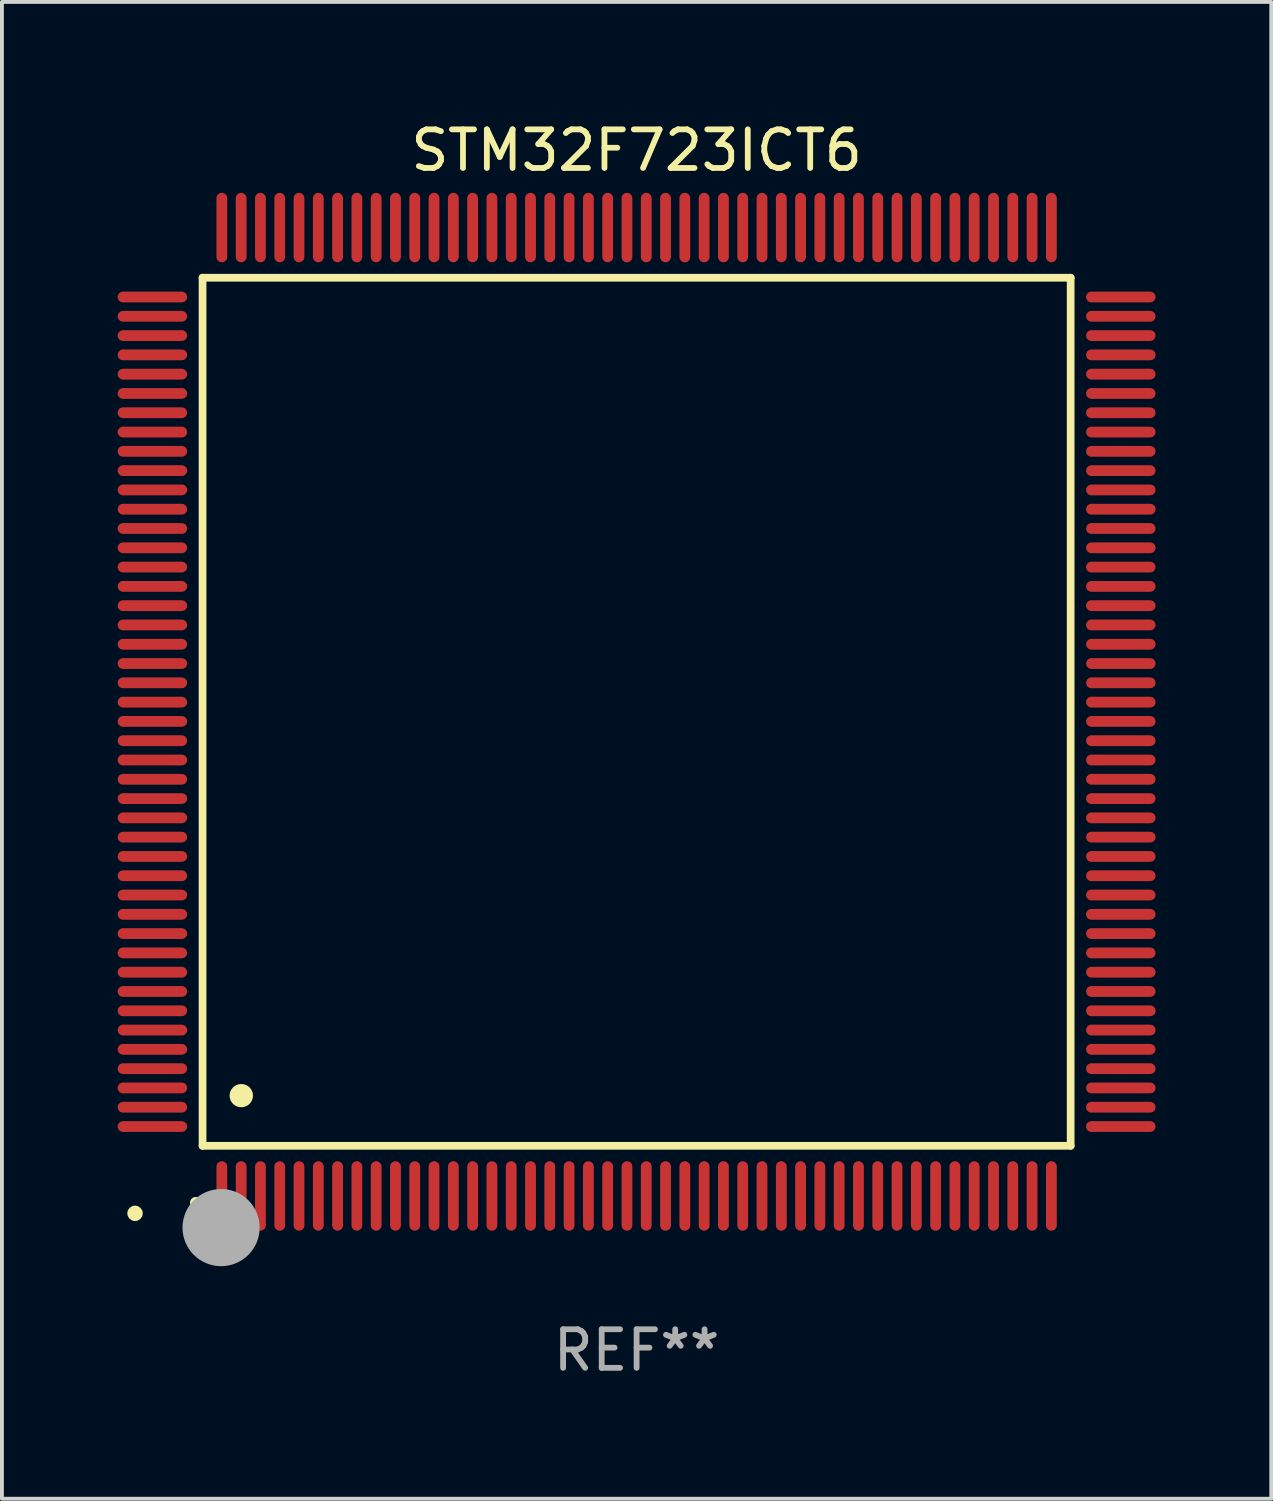
<source format=kicad_pcb>
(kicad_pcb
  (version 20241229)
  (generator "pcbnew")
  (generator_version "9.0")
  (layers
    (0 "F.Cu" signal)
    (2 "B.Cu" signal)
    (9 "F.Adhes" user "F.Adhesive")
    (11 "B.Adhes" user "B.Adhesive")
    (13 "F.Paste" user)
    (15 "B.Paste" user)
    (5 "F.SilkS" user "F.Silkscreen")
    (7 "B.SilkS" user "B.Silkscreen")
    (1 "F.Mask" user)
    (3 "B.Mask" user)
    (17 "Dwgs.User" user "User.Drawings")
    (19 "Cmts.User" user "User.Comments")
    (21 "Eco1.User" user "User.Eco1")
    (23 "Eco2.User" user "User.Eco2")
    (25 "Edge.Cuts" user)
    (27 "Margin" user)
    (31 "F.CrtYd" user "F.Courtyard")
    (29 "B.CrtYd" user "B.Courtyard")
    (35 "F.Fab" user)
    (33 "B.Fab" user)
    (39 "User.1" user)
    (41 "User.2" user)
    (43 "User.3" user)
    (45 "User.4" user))
  (footprint "STM32F723ICT6"
    (layer "F.Cu")
    (at 13.45 15.398)
    (property "Reference" "STM32F723ICT6" (at 0 -14.55 0) (layer "F.SilkS") (effects (font (size 1 1) (thickness 0.15))))
    (attr through_hole)
    (fp_line (start -11.25 -11.25) (end 11.25 -11.25) (stroke (width 0.2) (type solid)) (layer "F.SilkS"))
    (fp_line (start -11.25 11.25) (end -11.25 -11.25) (stroke (width 0.2) (type solid)) (layer "F.SilkS"))
    (fp_line (start 11.25 -11.25) (end 11.25 11.25) (stroke (width 0.2) (type solid)) (layer "F.SilkS"))
    (fp_line (start 11.25 11.25) (end -11.25 11.25) (stroke (width 0.2) (type solid)) (layer "F.SilkS"))
    (fp_arc (start -11.424943 12.725425) (mid -11.423673 12.72542) (end -11.422403 12.725425) (stroke (width 0.3) (type solid)) (layer "F.SilkS"))
    (fp_arc (start -10.24892 9.9492) (mid -10.24638 9.949189) (end -10.24384 9.9492) (stroke (width 0.6) (type solid)) (layer "F.SilkS"))
    (fp_circle (center -13 13) (end -12.9 13) (stroke (width 0.2) (type solid)) (fill no) (layer "F.SilkS"))
    (fp_circle (center -10.77 13.37) (end -10.27 13.37) (stroke (width 1) (type solid)) (fill no) (layer "F.Fab"))
    (fp_text user "REF**" (at 0 16.55 0) (layer "F.Fab") (effects (font (size 1 1) (thickness 0.15))))
    (pad "1" smd oval (at -10.75 12.55) (size 0.28 1.8) (layers "F.Cu" "F.Mask" "F.Paste"))
    (pad "2" smd oval (at -10.25 12.55) (size 0.28 1.8) (layers "F.Cu" "F.Mask" "F.Paste"))
    (pad "3" smd oval (at -9.75 12.55) (size 0.28 1.8) (layers "F.Cu" "F.Mask" "F.Paste"))
    (pad "4" smd oval (at -9.25 12.55) (size 0.28 1.8) (layers "F.Cu" "F.Mask" "F.Paste"))
    (pad "5" smd oval (at -8.75 12.55) (size 0.28 1.8) (layers "F.Cu" "F.Mask" "F.Paste"))
    (pad "6" smd oval (at -8.25 12.55) (size 0.28 1.8) (layers "F.Cu" "F.Mask" "F.Paste"))
    (pad "7" smd oval (at -7.75 12.55) (size 0.28 1.8) (layers "F.Cu" "F.Mask" "F.Paste"))
    (pad "8" smd oval (at -7.25 12.55) (size 0.28 1.8) (layers "F.Cu" "F.Mask" "F.Paste"))
    (pad "9" smd oval (at -6.75 12.55) (size 0.28 1.8) (layers "F.Cu" "F.Mask" "F.Paste"))
    (pad "10" smd oval (at -6.25 12.55) (size 0.28 1.8) (layers "F.Cu" "F.Mask" "F.Paste"))
    (pad "11" smd oval (at -5.75 12.55) (size 0.28 1.8) (layers "F.Cu" "F.Mask" "F.Paste"))
    (pad "12" smd oval (at -5.25 12.55) (size 0.28 1.8) (layers "F.Cu" "F.Mask" "F.Paste"))
    (pad "13" smd oval (at -4.75 12.55) (size 0.28 1.8) (layers "F.Cu" "F.Mask" "F.Paste"))
    (pad "14" smd oval (at -4.25 12.55) (size 0.28 1.8) (layers "F.Cu" "F.Mask" "F.Paste"))
    (pad "15" smd oval (at -3.75 12.55) (size 0.28 1.8) (layers "F.Cu" "F.Mask" "F.Paste"))
    (pad "16" smd oval (at -3.25 12.55) (size 0.28 1.8) (layers "F.Cu" "F.Mask" "F.Paste"))
    (pad "17" smd oval (at -2.75 12.55) (size 0.28 1.8) (layers "F.Cu" "F.Mask" "F.Paste"))
    (pad "18" smd oval (at -2.25 12.55) (size 0.28 1.8) (layers "F.Cu" "F.Mask" "F.Paste"))
    (pad "19" smd oval (at -1.75 12.55) (size 0.28 1.8) (layers "F.Cu" "F.Mask" "F.Paste"))
    (pad "20" smd oval (at -1.25 12.55) (size 0.28 1.8) (layers "F.Cu" "F.Mask" "F.Paste"))
    (pad "21" smd oval (at -0.75 12.55) (size 0.28 1.8) (layers "F.Cu" "F.Mask" "F.Paste"))
    (pad "22" smd oval (at -0.25 12.55) (size 0.28 1.8) (layers "F.Cu" "F.Mask" "F.Paste"))
    (pad "23" smd oval (at 0.25 12.55) (size 0.28 1.8) (layers "F.Cu" "F.Mask" "F.Paste"))
    (pad "24" smd oval (at 0.75 12.55) (size 0.28 1.8) (layers "F.Cu" "F.Mask" "F.Paste"))
    (pad "25" smd oval (at 1.25 12.55) (size 0.28 1.8) (layers "F.Cu" "F.Mask" "F.Paste"))
    (pad "26" smd oval (at 1.75 12.55) (size 0.28 1.8) (layers "F.Cu" "F.Mask" "F.Paste"))
    (pad "27" smd oval (at 2.25 12.55) (size 0.28 1.8) (layers "F.Cu" "F.Mask" "F.Paste"))
    (pad "28" smd oval (at 2.75 12.55) (size 0.28 1.8) (layers "F.Cu" "F.Mask" "F.Paste"))
    (pad "29" smd oval (at 3.25 12.55) (size 0.28 1.8) (layers "F.Cu" "F.Mask" "F.Paste"))
    (pad "30" smd oval (at 3.75 12.55) (size 0.28 1.8) (layers "F.Cu" "F.Mask" "F.Paste"))
    (pad "31" smd oval (at 4.25 12.55) (size 0.28 1.8) (layers "F.Cu" "F.Mask" "F.Paste"))
    (pad "32" smd oval (at 4.75 12.55) (size 0.28 1.8) (layers "F.Cu" "F.Mask" "F.Paste"))
    (pad "33" smd oval (at 5.25 12.55) (size 0.28 1.8) (layers "F.Cu" "F.Mask" "F.Paste"))
    (pad "34" smd oval (at 5.75 12.55) (size 0.28 1.8) (layers "F.Cu" "F.Mask" "F.Paste"))
    (pad "35" smd oval (at 6.25 12.55) (size 0.28 1.8) (layers "F.Cu" "F.Mask" "F.Paste"))
    (pad "36" smd oval (at 6.75 12.55) (size 0.28 1.8) (layers "F.Cu" "F.Mask" "F.Paste"))
    (pad "37" smd oval (at 7.25 12.55) (size 0.28 1.8) (layers "F.Cu" "F.Mask" "F.Paste"))
    (pad "38" smd oval (at 7.75 12.55) (size 0.28 1.8) (layers "F.Cu" "F.Mask" "F.Paste"))
    (pad "39" smd oval (at 8.25 12.55) (size 0.28 1.8) (layers "F.Cu" "F.Mask" "F.Paste"))
    (pad "40" smd oval (at 8.75 12.55) (size 0.28 1.8) (layers "F.Cu" "F.Mask" "F.Paste"))
    (pad "41" smd oval (at 9.25 12.55) (size 0.28 1.8) (layers "F.Cu" "F.Mask" "F.Paste"))
    (pad "42" smd oval (at 9.75 12.55) (size 0.28 1.8) (layers "F.Cu" "F.Mask" "F.Paste"))
    (pad "43" smd oval (at 10.25 12.55) (size 0.28 1.8) (layers "F.Cu" "F.Mask" "F.Paste"))
    (pad "44" smd oval (at 10.75 12.55) (size 0.28 1.8) (layers "F.Cu" "F.Mask" "F.Paste"))
    (pad "45" smd oval (at 12.55 10.75) (size 1.8 0.28) (layers "F.Cu" "F.Mask" "F.Paste"))
    (pad "46" smd oval (at 12.55 10.25) (size 1.8 0.28) (layers "F.Cu" "F.Mask" "F.Paste"))
    (pad "47" smd oval (at 12.55 9.75) (size 1.8 0.28) (layers "F.Cu" "F.Mask" "F.Paste"))
    (pad "48" smd oval (at 12.55 9.25) (size 1.8 0.28) (layers "F.Cu" "F.Mask" "F.Paste"))
    (pad "49" smd oval (at 12.55 8.75) (size 1.8 0.28) (layers "F.Cu" "F.Mask" "F.Paste"))
    (pad "50" smd oval (at 12.55 8.25) (size 1.8 0.28) (layers "F.Cu" "F.Mask" "F.Paste"))
    (pad "51" smd oval (at 12.55 7.75) (size 1.8 0.28) (layers "F.Cu" "F.Mask" "F.Paste"))
    (pad "52" smd oval (at 12.55 7.25) (size 1.8 0.28) (layers "F.Cu" "F.Mask" "F.Paste"))
    (pad "53" smd oval (at 12.55 6.75) (size 1.8 0.28) (layers "F.Cu" "F.Mask" "F.Paste"))
    (pad "54" smd oval (at 12.55 6.25) (size 1.8 0.28) (layers "F.Cu" "F.Mask" "F.Paste"))
    (pad "55" smd oval (at 12.55 5.75) (size 1.8 0.28) (layers "F.Cu" "F.Mask" "F.Paste"))
    (pad "56" smd oval (at 12.55 5.25) (size 1.8 0.28) (layers "F.Cu" "F.Mask" "F.Paste"))
    (pad "57" smd oval (at 12.55 4.75) (size 1.8 0.28) (layers "F.Cu" "F.Mask" "F.Paste"))
    (pad "58" smd oval (at 12.55 4.25) (size 1.8 0.28) (layers "F.Cu" "F.Mask" "F.Paste"))
    (pad "59" smd oval (at 12.55 3.75) (size 1.8 0.28) (layers "F.Cu" "F.Mask" "F.Paste"))
    (pad "60" smd oval (at 12.55 3.25) (size 1.8 0.28) (layers "F.Cu" "F.Mask" "F.Paste"))
    (pad "61" smd oval (at 12.55 2.75) (size 1.8 0.28) (layers "F.Cu" "F.Mask" "F.Paste"))
    (pad "62" smd oval (at 12.55 2.25) (size 1.8 0.28) (layers "F.Cu" "F.Mask" "F.Paste"))
    (pad "63" smd oval (at 12.55 1.75) (size 1.8 0.28) (layers "F.Cu" "F.Mask" "F.Paste"))
    (pad "64" smd oval (at 12.55 1.25) (size 1.8 0.28) (layers "F.Cu" "F.Mask" "F.Paste"))
    (pad "65" smd oval (at 12.55 0.75) (size 1.8 0.28) (layers "F.Cu" "F.Mask" "F.Paste"))
    (pad "66" smd oval (at 12.55 0.25) (size 1.8 0.28) (layers "F.Cu" "F.Mask" "F.Paste"))
    (pad "67" smd oval (at 12.55 -0.25) (size 1.8 0.28) (layers "F.Cu" "F.Mask" "F.Paste"))
    (pad "68" smd oval (at 12.55 -0.75) (size 1.8 0.28) (layers "F.Cu" "F.Mask" "F.Paste"))
    (pad "69" smd oval (at 12.55 -1.25) (size 1.8 0.28) (layers "F.Cu" "F.Mask" "F.Paste"))
    (pad "70" smd oval (at 12.55 -1.75) (size 1.8 0.28) (layers "F.Cu" "F.Mask" "F.Paste"))
    (pad "71" smd oval (at 12.55 -2.25) (size 1.8 0.28) (layers "F.Cu" "F.Mask" "F.Paste"))
    (pad "72" smd oval (at 12.55 -2.75) (size 1.8 0.28) (layers "F.Cu" "F.Mask" "F.Paste"))
    (pad "73" smd oval (at 12.55 -3.25) (size 1.8 0.28) (layers "F.Cu" "F.Mask" "F.Paste"))
    (pad "74" smd oval (at 12.55 -3.75) (size 1.8 0.28) (layers "F.Cu" "F.Mask" "F.Paste"))
    (pad "75" smd oval (at 12.55 -4.25) (size 1.8 0.28) (layers "F.Cu" "F.Mask" "F.Paste"))
    (pad "76" smd oval (at 12.55 -4.75) (size 1.8 0.28) (layers "F.Cu" "F.Mask" "F.Paste"))
    (pad "77" smd oval (at 12.55 -5.25) (size 1.8 0.28) (layers "F.Cu" "F.Mask" "F.Paste"))
    (pad "78" smd oval (at 12.55 -5.75) (size 1.8 0.28) (layers "F.Cu" "F.Mask" "F.Paste"))
    (pad "79" smd oval (at 12.55 -6.25) (size 1.8 0.28) (layers "F.Cu" "F.Mask" "F.Paste"))
    (pad "80" smd oval (at 12.55 -6.75) (size 1.8 0.28) (layers "F.Cu" "F.Mask" "F.Paste"))
    (pad "81" smd oval (at 12.55 -7.25) (size 1.8 0.28) (layers "F.Cu" "F.Mask" "F.Paste"))
    (pad "82" smd oval (at 12.55 -7.75) (size 1.8 0.28) (layers "F.Cu" "F.Mask" "F.Paste"))
    (pad "83" smd oval (at 12.55 -8.25) (size 1.8 0.28) (layers "F.Cu" "F.Mask" "F.Paste"))
    (pad "84" smd oval (at 12.55 -8.75) (size 1.8 0.28) (layers "F.Cu" "F.Mask" "F.Paste"))
    (pad "85" smd oval (at 12.55 -9.25) (size 1.8 0.28) (layers "F.Cu" "F.Mask" "F.Paste"))
    (pad "86" smd oval (at 12.55 -9.75) (size 1.8 0.28) (layers "F.Cu" "F.Mask" "F.Paste"))
    (pad "87" smd oval (at 12.55 -10.25) (size 1.8 0.28) (layers "F.Cu" "F.Mask" "F.Paste"))
    (pad "88" smd oval (at 12.55 -10.75) (size 1.8 0.28) (layers "F.Cu" "F.Mask" "F.Paste"))
    (pad "89" smd oval (at 10.75 -12.55) (size 0.28 1.8) (layers "F.Cu" "F.Mask" "F.Paste"))
    (pad "90" smd oval (at 10.25 -12.55) (size 0.28 1.8) (layers "F.Cu" "F.Mask" "F.Paste"))
    (pad "91" smd oval (at 9.75 -12.55) (size 0.28 1.8) (layers "F.Cu" "F.Mask" "F.Paste"))
    (pad "92" smd oval (at 9.25 -12.55) (size 0.28 1.8) (layers "F.Cu" "F.Mask" "F.Paste"))
    (pad "93" smd oval (at 8.75 -12.55) (size 0.28 1.8) (layers "F.Cu" "F.Mask" "F.Paste"))
    (pad "94" smd oval (at 8.25 -12.55) (size 0.28 1.8) (layers "F.Cu" "F.Mask" "F.Paste"))
    (pad "95" smd oval (at 7.75 -12.55) (size 0.28 1.8) (layers "F.Cu" "F.Mask" "F.Paste"))
    (pad "96" smd oval (at 7.25 -12.55) (size 0.28 1.8) (layers "F.Cu" "F.Mask" "F.Paste"))
    (pad "97" smd oval (at 6.75 -12.55) (size 0.28 1.8) (layers "F.Cu" "F.Mask" "F.Paste"))
    (pad "98" smd oval (at 6.25 -12.55) (size 0.28 1.8) (layers "F.Cu" "F.Mask" "F.Paste"))
    (pad "99" smd oval (at 5.75 -12.55) (size 0.28 1.8) (layers "F.Cu" "F.Mask" "F.Paste"))
    (pad "100" smd oval (at 5.25 -12.55) (size 0.28 1.8) (layers "F.Cu" "F.Mask" "F.Paste"))
    (pad "101" smd oval (at 4.75 -12.55) (size 0.28 1.8) (layers "F.Cu" "F.Mask" "F.Paste"))
    (pad "102" smd oval (at 4.25 -12.55) (size 0.28 1.8) (layers "F.Cu" "F.Mask" "F.Paste"))
    (pad "103" smd oval (at 3.75 -12.55) (size 0.28 1.8) (layers "F.Cu" "F.Mask" "F.Paste"))
    (pad "104" smd oval (at 3.25 -12.55) (size 0.28 1.8) (layers "F.Cu" "F.Mask" "F.Paste"))
    (pad "105" smd oval (at 2.75 -12.55) (size 0.28 1.8) (layers "F.Cu" "F.Mask" "F.Paste"))
    (pad "106" smd oval (at 2.25 -12.55) (size 0.28 1.8) (layers "F.Cu" "F.Mask" "F.Paste"))
    (pad "107" smd oval (at 1.75 -12.55) (size 0.28 1.8) (layers "F.Cu" "F.Mask" "F.Paste"))
    (pad "108" smd oval (at 1.25 -12.55) (size 0.28 1.8) (layers "F.Cu" "F.Mask" "F.Paste"))
    (pad "109" smd oval (at 0.75 -12.55) (size 0.28 1.8) (layers "F.Cu" "F.Mask" "F.Paste"))
    (pad "110" smd oval (at 0.25 -12.55) (size 0.28 1.8) (layers "F.Cu" "F.Mask" "F.Paste"))
    (pad "111" smd oval (at -0.25 -12.55) (size 0.28 1.8) (layers "F.Cu" "F.Mask" "F.Paste"))
    (pad "112" smd oval (at -0.75 -12.55) (size 0.28 1.8) (layers "F.Cu" "F.Mask" "F.Paste"))
    (pad "113" smd oval (at -1.25 -12.55) (size 0.28 1.8) (layers "F.Cu" "F.Mask" "F.Paste"))
    (pad "114" smd oval (at -1.75 -12.55) (size 0.28 1.8) (layers "F.Cu" "F.Mask" "F.Paste"))
    (pad "115" smd oval (at -2.25 -12.55) (size 0.28 1.8) (layers "F.Cu" "F.Mask" "F.Paste"))
    (pad "116" smd oval (at -2.75 -12.55) (size 0.28 1.8) (layers "F.Cu" "F.Mask" "F.Paste"))
    (pad "117" smd oval (at -3.25 -12.55) (size 0.28 1.8) (layers "F.Cu" "F.Mask" "F.Paste"))
    (pad "118" smd oval (at -3.75 -12.55) (size 0.28 1.8) (layers "F.Cu" "F.Mask" "F.Paste"))
    (pad "119" smd oval (at -4.25 -12.55) (size 0.28 1.8) (layers "F.Cu" "F.Mask" "F.Paste"))
    (pad "120" smd oval (at -4.75 -12.55) (size 0.28 1.8) (layers "F.Cu" "F.Mask" "F.Paste"))
    (pad "121" smd oval (at -5.25 -12.55) (size 0.28 1.8) (layers "F.Cu" "F.Mask" "F.Paste"))
    (pad "122" smd oval (at -5.75 -12.55) (size 0.28 1.8) (layers "F.Cu" "F.Mask" "F.Paste"))
    (pad "123" smd oval (at -6.25 -12.55) (size 0.28 1.8) (layers "F.Cu" "F.Mask" "F.Paste"))
    (pad "124" smd oval (at -6.75 -12.55) (size 0.28 1.8) (layers "F.Cu" "F.Mask" "F.Paste"))
    (pad "125" smd oval (at -7.25 -12.55) (size 0.28 1.8) (layers "F.Cu" "F.Mask" "F.Paste"))
    (pad "126" smd oval (at -7.75 -12.55) (size 0.28 1.8) (layers "F.Cu" "F.Mask" "F.Paste"))
    (pad "127" smd oval (at -8.25 -12.55) (size 0.28 1.8) (layers "F.Cu" "F.Mask" "F.Paste"))
    (pad "128" smd oval (at -8.75 -12.55) (size 0.28 1.8) (layers "F.Cu" "F.Mask" "F.Paste"))
    (pad "129" smd oval (at -9.25 -12.55) (size 0.28 1.8) (layers "F.Cu" "F.Mask" "F.Paste"))
    (pad "130" smd oval (at -9.75 -12.55) (size 0.28 1.8) (layers "F.Cu" "F.Mask" "F.Paste"))
    (pad "131" smd oval (at -10.25 -12.55) (size 0.28 1.8) (layers "F.Cu" "F.Mask" "F.Paste"))
    (pad "132" smd oval (at -10.75 -12.55) (size 0.28 1.8) (layers "F.Cu" "F.Mask" "F.Paste"))
    (pad "133" smd oval (at -12.55 -10.75) (size 1.8 0.28) (layers "F.Cu" "F.Mask" "F.Paste"))
    (pad "134" smd oval (at -12.55 -10.25) (size 1.8 0.28) (layers "F.Cu" "F.Mask" "F.Paste"))
    (pad "135" smd oval (at -12.55 -9.75) (size 1.8 0.28) (layers "F.Cu" "F.Mask" "F.Paste"))
    (pad "136" smd oval (at -12.55 -9.25) (size 1.8 0.28) (layers "F.Cu" "F.Mask" "F.Paste"))
    (pad "137" smd oval (at -12.55 -8.75) (size 1.8 0.28) (layers "F.Cu" "F.Mask" "F.Paste"))
    (pad "138" smd oval (at -12.55 -8.25) (size 1.8 0.28) (layers "F.Cu" "F.Mask" "F.Paste"))
    (pad "139" smd oval (at -12.55 -7.75) (size 1.8 0.28) (layers "F.Cu" "F.Mask" "F.Paste"))
    (pad "140" smd oval (at -12.55 -7.25) (size 1.8 0.28) (layers "F.Cu" "F.Mask" "F.Paste"))
    (pad "141" smd oval (at -12.55 -6.75) (size 1.8 0.28) (layers "F.Cu" "F.Mask" "F.Paste"))
    (pad "142" smd oval (at -12.55 -6.25) (size 1.8 0.28) (layers "F.Cu" "F.Mask" "F.Paste"))
    (pad "143" smd oval (at -12.55 -5.75) (size 1.8 0.28) (layers "F.Cu" "F.Mask" "F.Paste"))
    (pad "144" smd oval (at -12.55 -5.25) (size 1.8 0.28) (layers "F.Cu" "F.Mask" "F.Paste"))
    (pad "145" smd oval (at -12.55 -4.75) (size 1.8 0.28) (layers "F.Cu" "F.Mask" "F.Paste"))
    (pad "146" smd oval (at -12.55 -4.25) (size 1.8 0.28) (layers "F.Cu" "F.Mask" "F.Paste"))
    (pad "147" smd oval (at -12.55 -3.75) (size 1.8 0.28) (layers "F.Cu" "F.Mask" "F.Paste"))
    (pad "148" smd oval (at -12.55 -3.25) (size 1.8 0.28) (layers "F.Cu" "F.Mask" "F.Paste"))
    (pad "149" smd oval (at -12.55 -2.75) (size 1.8 0.28) (layers "F.Cu" "F.Mask" "F.Paste"))
    (pad "150" smd oval (at -12.55 -2.25) (size 1.8 0.28) (layers "F.Cu" "F.Mask" "F.Paste"))
    (pad "151" smd oval (at -12.55 -1.75) (size 1.8 0.28) (layers "F.Cu" "F.Mask" "F.Paste"))
    (pad "152" smd oval (at -12.55 -1.25) (size 1.8 0.28) (layers "F.Cu" "F.Mask" "F.Paste"))
    (pad "153" smd oval (at -12.55 -0.75) (size 1.8 0.28) (layers "F.Cu" "F.Mask" "F.Paste"))
    (pad "154" smd oval (at -12.55 -0.25) (size 1.8 0.28) (layers "F.Cu" "F.Mask" "F.Paste"))
    (pad "155" smd oval (at -12.55 0.25) (size 1.8 0.28) (layers "F.Cu" "F.Mask" "F.Paste"))
    (pad "156" smd oval (at -12.55 0.75) (size 1.8 0.28) (layers "F.Cu" "F.Mask" "F.Paste"))
    (pad "157" smd oval (at -12.55 1.25) (size 1.8 0.28) (layers "F.Cu" "F.Mask" "F.Paste"))
    (pad "158" smd oval (at -12.55 1.75) (size 1.8 0.28) (layers "F.Cu" "F.Mask" "F.Paste"))
    (pad "159" smd oval (at -12.55 2.25) (size 1.8 0.28) (layers "F.Cu" "F.Mask" "F.Paste"))
    (pad "160" smd oval (at -12.55 2.75) (size 1.8 0.28) (layers "F.Cu" "F.Mask" "F.Paste"))
    (pad "161" smd oval (at -12.55 3.25) (size 1.8 0.28) (layers "F.Cu" "F.Mask" "F.Paste"))
    (pad "162" smd oval (at -12.55 3.75) (size 1.8 0.28) (layers "F.Cu" "F.Mask" "F.Paste"))
    (pad "163" smd oval (at -12.55 4.25) (size 1.8 0.28) (layers "F.Cu" "F.Mask" "F.Paste"))
    (pad "164" smd oval (at -12.55 4.75) (size 1.8 0.28) (layers "F.Cu" "F.Mask" "F.Paste"))
    (pad "165" smd oval (at -12.55 5.25) (size 1.8 0.28) (layers "F.Cu" "F.Mask" "F.Paste"))
    (pad "166" smd oval (at -12.55 5.75) (size 1.8 0.28) (layers "F.Cu" "F.Mask" "F.Paste"))
    (pad "167" smd oval (at -12.55 6.25) (size 1.8 0.28) (layers "F.Cu" "F.Mask" "F.Paste"))
    (pad "168" smd oval (at -12.55 6.75) (size 1.8 0.28) (layers "F.Cu" "F.Mask" "F.Paste"))
    (pad "169" smd oval (at -12.55 7.25) (size 1.8 0.28) (layers "F.Cu" "F.Mask" "F.Paste"))
    (pad "170" smd oval (at -12.55 7.75) (size 1.8 0.28) (layers "F.Cu" "F.Mask" "F.Paste"))
    (pad "171" smd oval (at -12.55 8.25) (size 1.8 0.28) (layers "F.Cu" "F.Mask" "F.Paste"))
    (pad "172" smd oval (at -12.55 8.75) (size 1.8 0.28) (layers "F.Cu" "F.Mask" "F.Paste"))
    (pad "173" smd oval (at -12.55 9.25) (size 1.8 0.28) (layers "F.Cu" "F.Mask" "F.Paste"))
    (pad "174" smd oval (at -12.55 9.75) (size 1.8 0.28) (layers "F.Cu" "F.Mask" "F.Paste"))
    (pad "175" smd oval (at -12.55 10.25) (size 1.8 0.28) (layers "F.Cu" "F.Mask" "F.Paste"))
    (pad "176" smd oval (at -12.55 10.75) (size 1.8 0.28) (layers "F.Cu" "F.Mask" "F.Paste")))
  (gr_rect
    (start -3 -3)
    (end 29.9 35.796)
    (stroke (width 0.1) (type default))
    (fill no)
    (layer "Edge.Cuts")))
</source>
